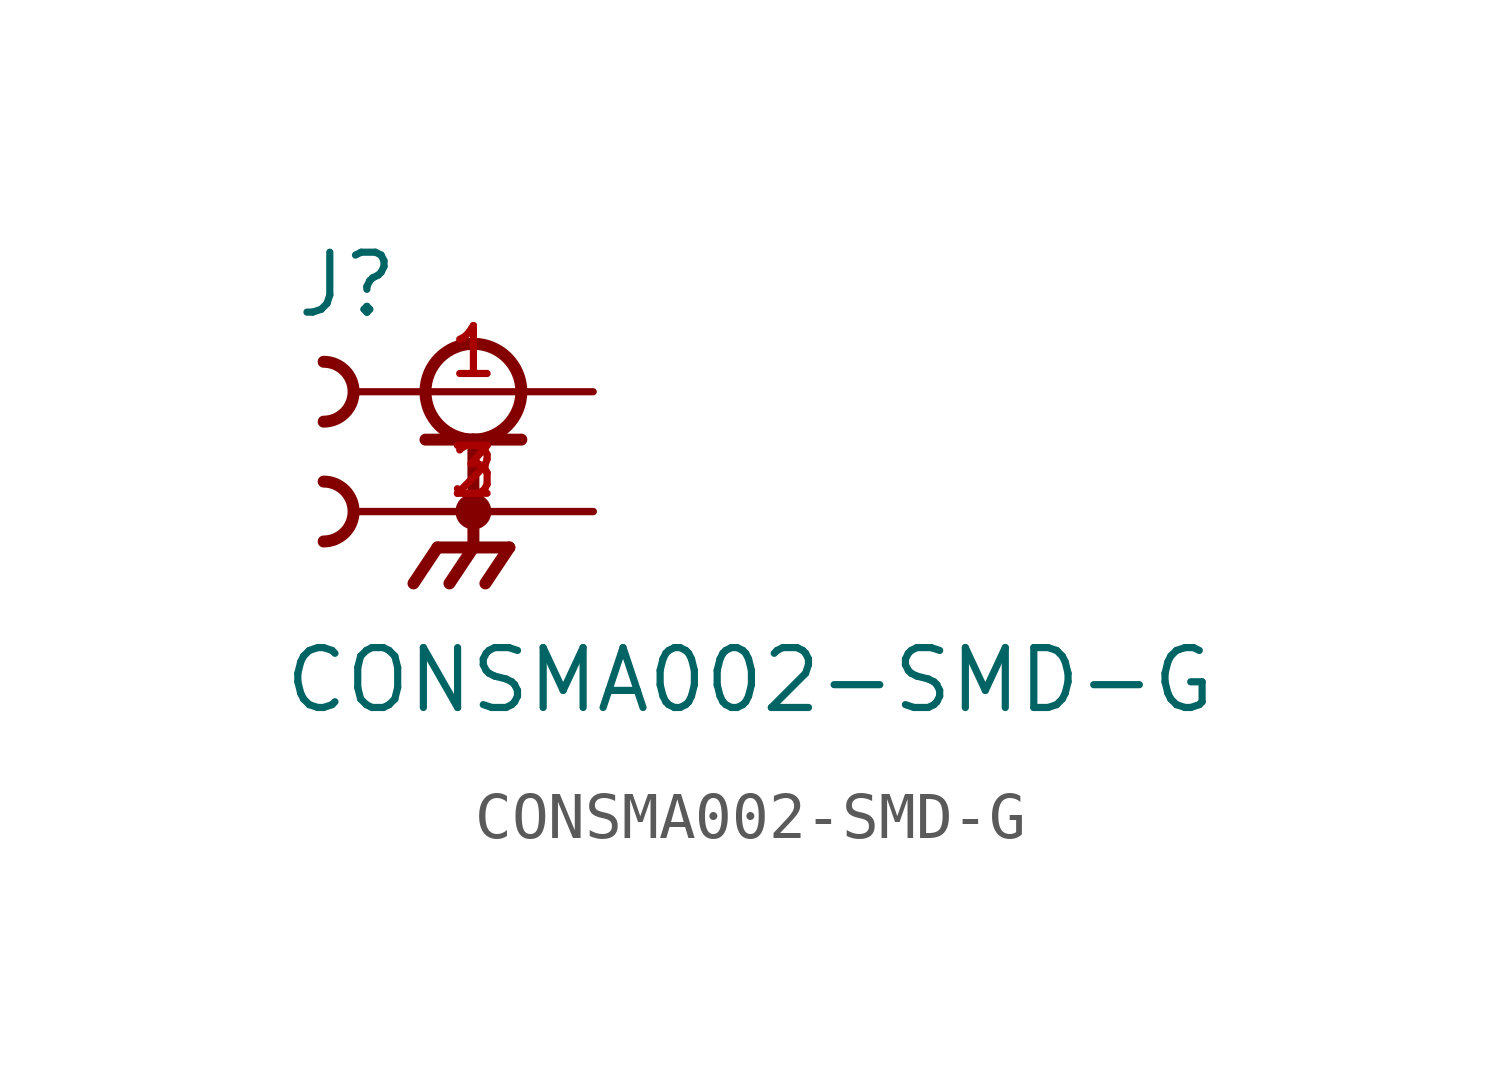
<source format=kicad_sym>
(kicad_symbol_lib
  (version 20211014)
  (generator kicad_symbol_editor)
  (symbol "CONSMA002-SMD-G"
    (pin_names
      (offset 1.016))
    (property "Reference" "J"
      (at -6.35 1.524 0)
      (effects (font (size 1.27 1.27)) (justify bottom left)))
    (property "Value" "CONSMA002-SMD-G"
      (at -6.604 -6.858 0)
      (effects (font (size 1.27 1.27)) (justify bottom left)))
    (symbol "CONSMA002-SMD-G_0_0"
      (circle (center -2.54 0.0) (radius 1.016) (stroke (width 0.254)) (fill (type none)))
      (polyline (pts (xy -3.556 -1.016) (xy -2.54 -1.016)) (stroke (width 0.254)))
      (polyline (pts (xy -2.54 -1.016) (xy -1.524 -1.016)) (stroke (width 0.254)))
      (polyline (pts (xy -2.54 -1.016) (xy -2.54 -3.302)) (stroke (width 0.254)))
      (circle (center -2.54 -2.54) (radius 0.254) (stroke (width 0.254)) (fill (type none)))
      (polyline (pts (xy -2.54 -3.302) (xy -3.302 -3.302)) (stroke (width 0.254)))
      (polyline (pts (xy -2.54 -3.302) (xy -1.778 -3.302)) (stroke (width 0.254)))
      (polyline (pts (xy -3.302 -3.302) (xy -3.81 -4.064)) (stroke (width 0.254)))
      (polyline (pts (xy -2.54 -3.302) (xy -3.048 -4.064)) (stroke (width 0.254)))
      (polyline (pts (xy -1.778 -3.302) (xy -2.286 -4.064)) (stroke (width 0.254)))
      (arc (start -5.715 0.635) (mid -5.08 -0.0) (end -5.715 -0.635) (stroke (width 0.254) (type default) (color 0 0 0 0)) (fill (type none)))
      (arc (start -5.715 -1.905) (mid -5.08 -2.54) (end -5.715 -3.175) (stroke (width 0.254) (type default) (color 0 0 0 0)) (fill (type none)))
      (pin passive line (at 0.0 0.0 180.0) (length 5.08) (name "~" (effects (font (size 1.016 1.016)))) (number "1" (effects (font (size 1.016 1.016)))))
      (pin power_in line (at 0.0 -2.54 180.0) (length 5.08) (name "~" (effects (font (size 1.016 1.016)))) (number "2" (effects (font (size 1.016 1.016)))))
      (pin power_in line (at 0.0 -2.54 180.0) (length 5.08) (name "~" (effects (font (size 1.016 1.016)))) (number "3" (effects (font (size 1.016 1.016))))))))
</source>
